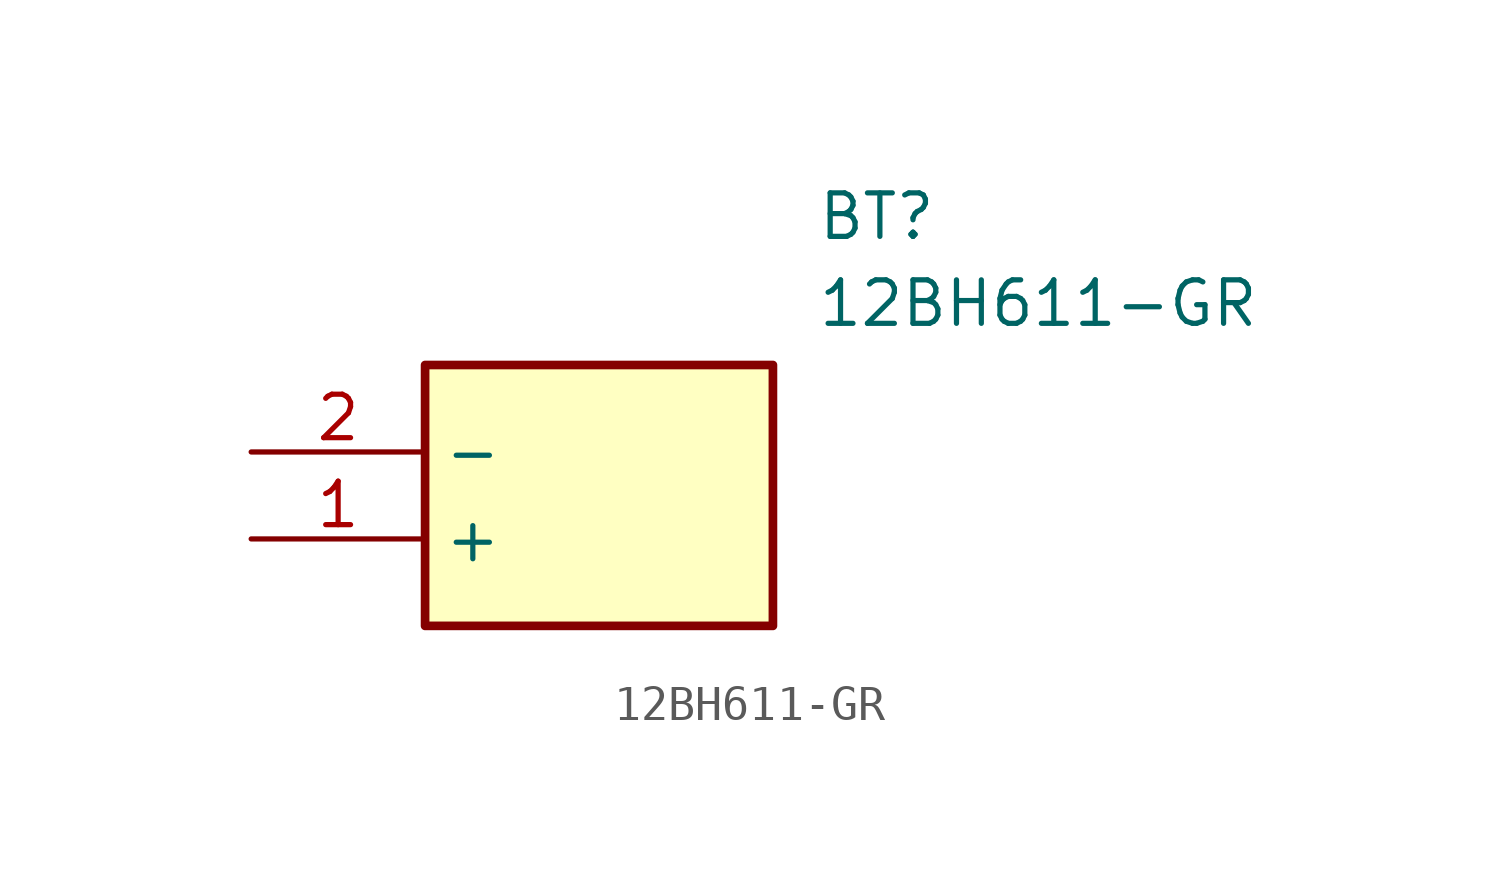
<source format=kicad_sym>
(kicad_symbol_lib
  (version 20211014)
  (generator SamacSys_ECAD_Model)
  (symbol "12BH611-GR"
    (property "Reference" "BT"
      (at 16.51 7.62 0)
      (effects (font (size 1.27 1.27)) (justify left top)))
    (property "Value" "12BH611-GR"
      (at 16.51 5.08 0)
      (effects (font (size 1.27 1.27)) (justify left top)))
    (rectangle
      (start 5.08 2.54)
      (end 15.24 -5.08)
      (stroke (width 0.254) (type default))
      (fill (type background)))
    (pin passive line
      (at 0 -2.54 0)
      (length 5.08)
      (name "+" (effects (font (size 1.27 1.27))))
      (number "1" (effects (font (size 1.27 1.27)))))
    (pin passive line
      (at 0 0 0)
      (length 5.08)
      (name "-" (effects (font (size 1.27 1.27))))
      (number "2" (effects (font (size 1.27 1.27)))))))
</source>
